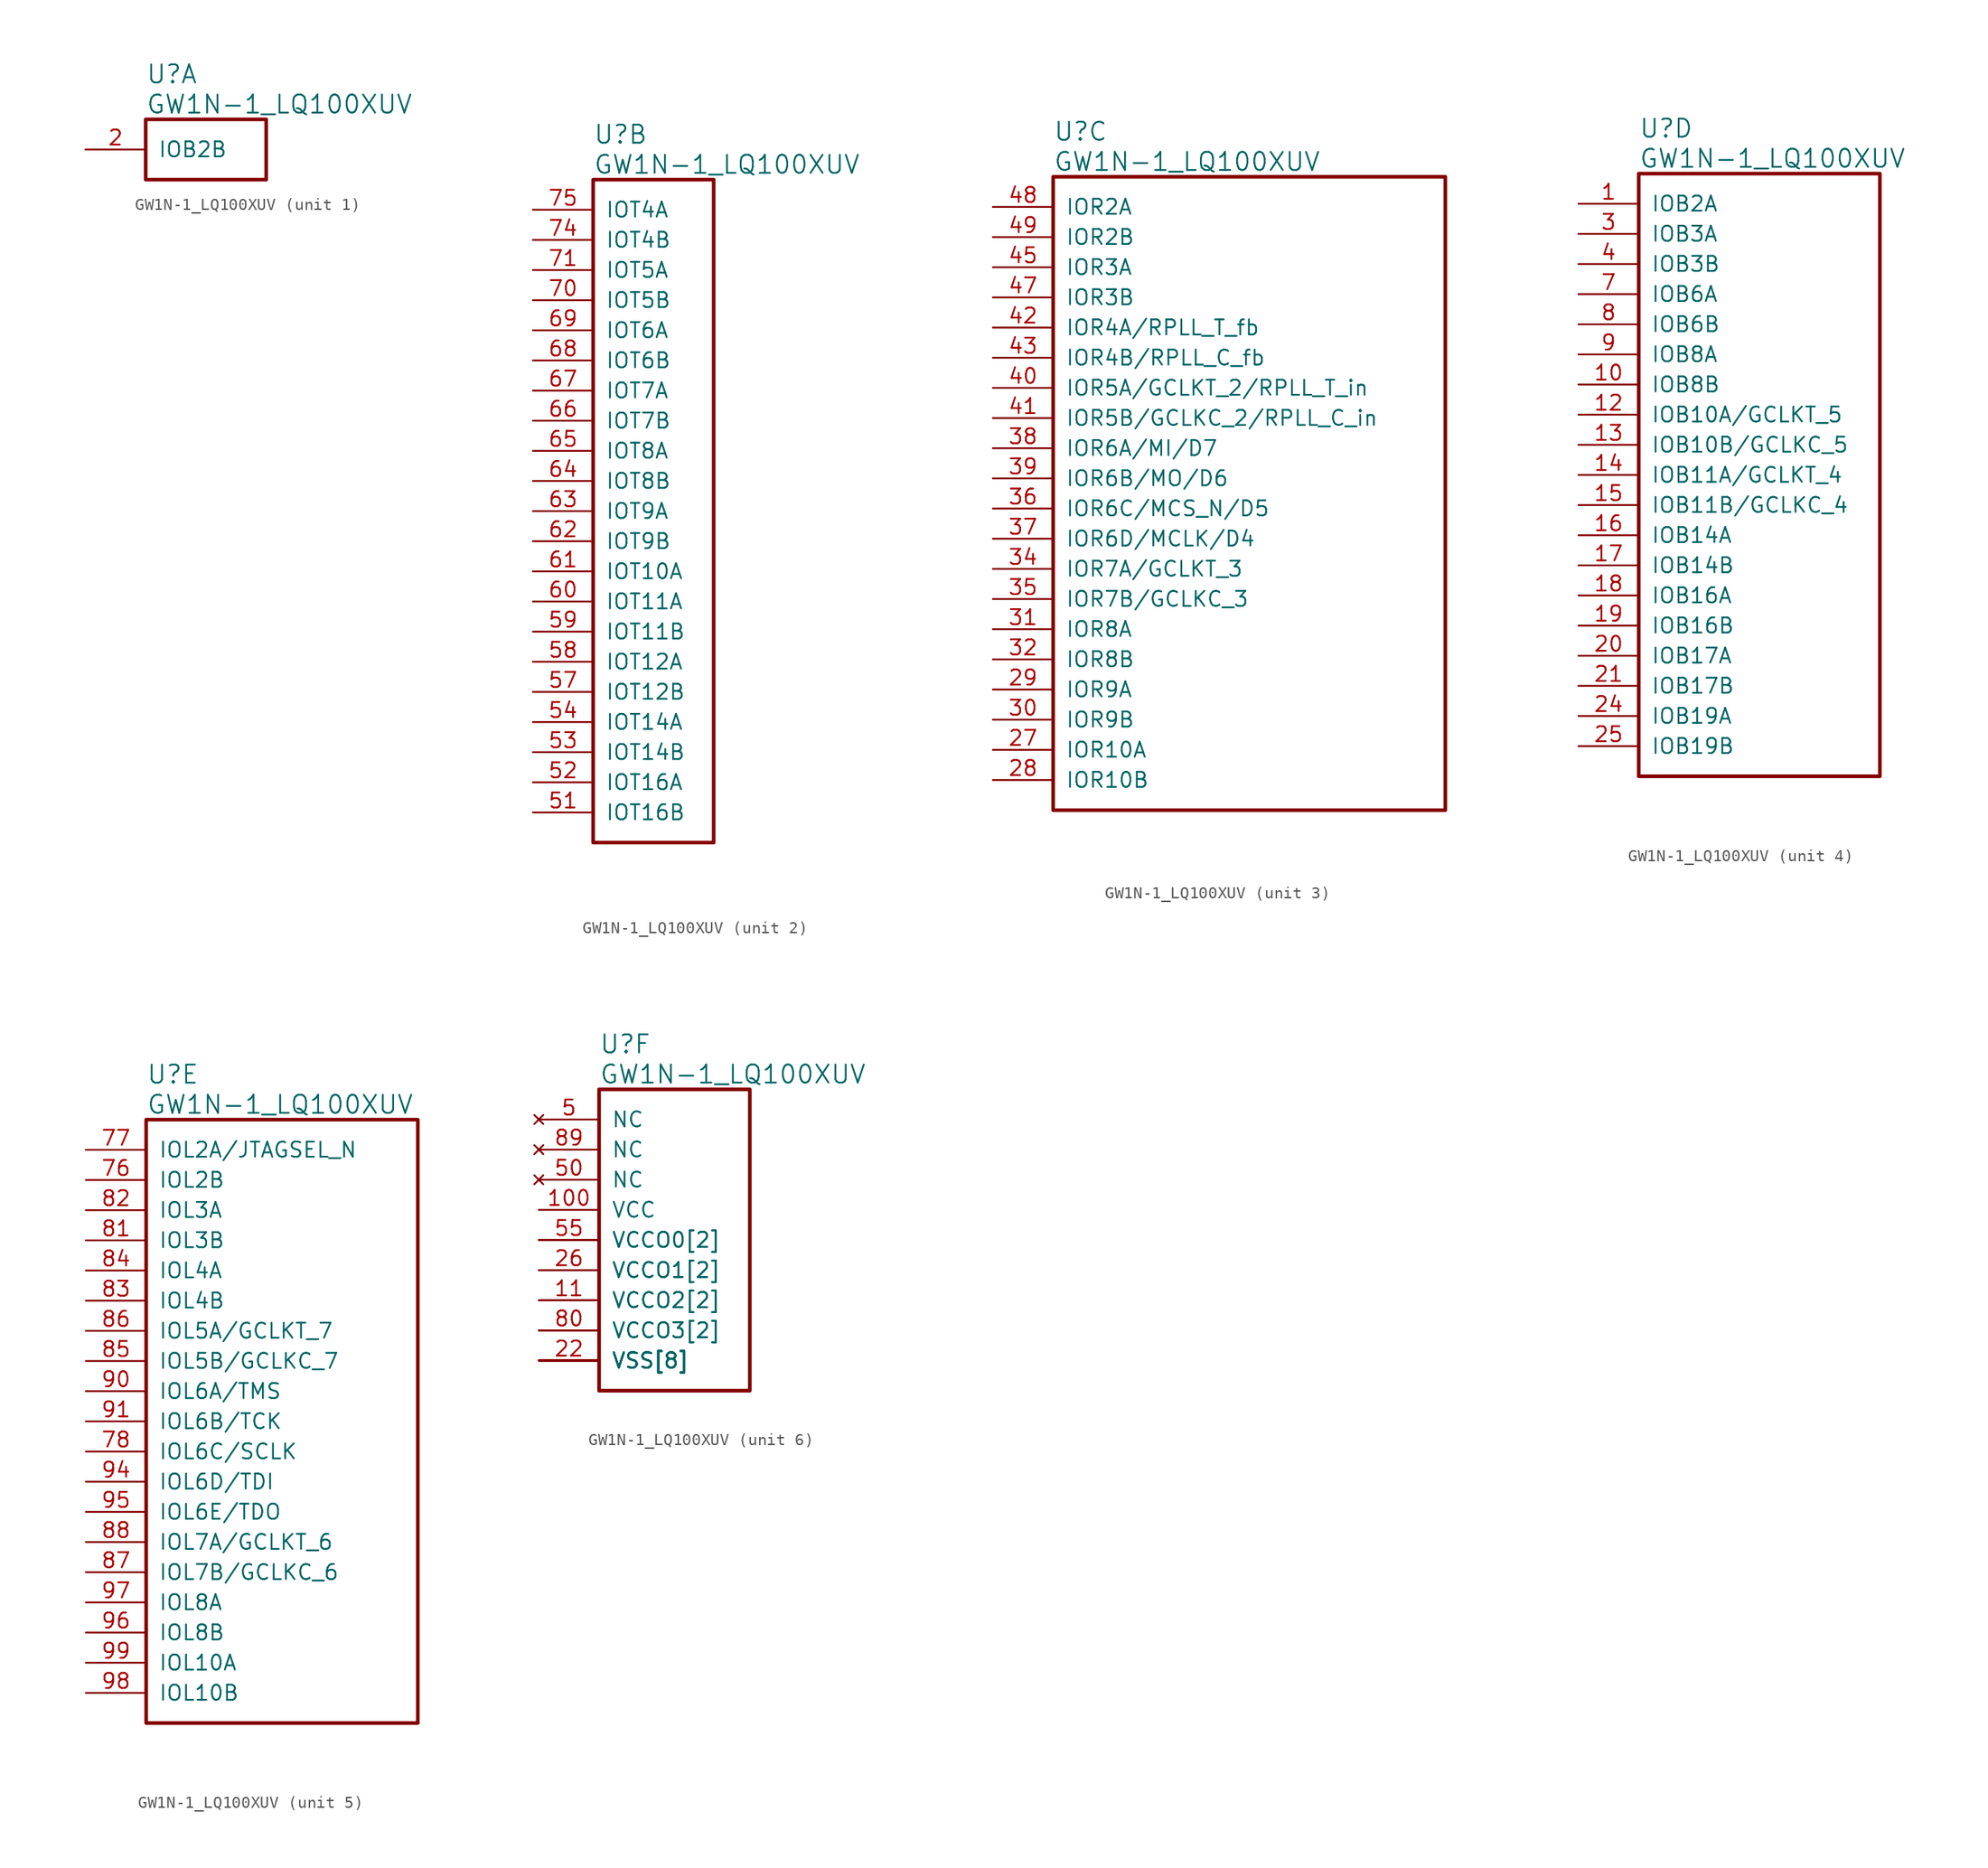
<source format=kicad_sym>
(kicad_symbol_lib
  (version 20211014)
  (generator kicad_symbol_editor)
  (symbol "GW1N-1_LQ100XUV"
    (pin_names
      (offset 1.016))
    (property "Reference" "U"
      (at 5.08 6.35 0)
      (effects (font (size 1.524 1.524)) (justify left)))
    (property "Value" "GW1N-1_LQ100XUV"
      (at 5.08 3.81 0)
      (effects (font (size 1.524 1.524)) (justify left)))
    (property "ki_locked" ""
      (at 0 0 0)
      (effects (font (size 1.27 1.27))))
    (symbol "GW1N-1_LQ100XUV_1_1"
      (rectangle (start 5.08 2.54) (end 15.24 -2.54) (stroke (width 0.305) (type default) (color 0 0 0 0)) (fill (type none)))
      (pin bidirectional line (at 0 0 0) (length 5.08) (name "IOB2B" (effects (font (size 1.27 1.27)))) (number "2" (effects (font (size 1.27 1.27))))))
    (symbol "GW1N-1_LQ100XUV_2_1"
      (rectangle (start 5.08 2.54) (end 15.24 -53.34) (stroke (width 0.305) (type default) (color 0 0 0 0)) (fill (type none)))
      (pin bidirectional line (at 0 -50.8 0) (length 5.08) (name "IOT16B" (effects (font (size 1.27 1.27)))) (number "51" (effects (font (size 1.27 1.27)))))
      (pin bidirectional line (at 0 -48.26 0) (length 5.08) (name "IOT16A" (effects (font (size 1.27 1.27)))) (number "52" (effects (font (size 1.27 1.27)))))
      (pin bidirectional line (at 0 -45.72 0) (length 5.08) (name "IOT14B" (effects (font (size 1.27 1.27)))) (number "53" (effects (font (size 1.27 1.27)))))
      (pin bidirectional line (at 0 -43.18 0) (length 5.08) (name "IOT14A" (effects (font (size 1.27 1.27)))) (number "54" (effects (font (size 1.27 1.27)))))
      (pin bidirectional line (at 0 -40.64 0) (length 5.08) (name "IOT12B" (effects (font (size 1.27 1.27)))) (number "57" (effects (font (size 1.27 1.27)))))
      (pin bidirectional line (at 0 -38.1 0) (length 5.08) (name "IOT12A" (effects (font (size 1.27 1.27)))) (number "58" (effects (font (size 1.27 1.27)))))
      (pin bidirectional line (at 0 -35.56 0) (length 5.08) (name "IOT11B" (effects (font (size 1.27 1.27)))) (number "59" (effects (font (size 1.27 1.27)))))
      (pin bidirectional line (at 0 -33.02 0) (length 5.08) (name "IOT11A" (effects (font (size 1.27 1.27)))) (number "60" (effects (font (size 1.27 1.27)))))
      (pin bidirectional line (at 0 -30.48 0) (length 5.08) (name "IOT10A" (effects (font (size 1.27 1.27)))) (number "61" (effects (font (size 1.27 1.27)))))
      (pin bidirectional line (at 0 -27.94 0) (length 5.08) (name "IOT9B" (effects (font (size 1.27 1.27)))) (number "62" (effects (font (size 1.27 1.27)))))
      (pin bidirectional line (at 0 -25.4 0) (length 5.08) (name "IOT9A" (effects (font (size 1.27 1.27)))) (number "63" (effects (font (size 1.27 1.27)))))
      (pin bidirectional line (at 0 -22.86 0) (length 5.08) (name "IOT8B" (effects (font (size 1.27 1.27)))) (number "64" (effects (font (size 1.27 1.27)))))
      (pin bidirectional line (at 0 -20.32 0) (length 5.08) (name "IOT8A" (effects (font (size 1.27 1.27)))) (number "65" (effects (font (size 1.27 1.27)))))
      (pin bidirectional line (at 0 -17.78 0) (length 5.08) (name "IOT7B" (effects (font (size 1.27 1.27)))) (number "66" (effects (font (size 1.27 1.27)))))
      (pin bidirectional line (at 0 -15.24 0) (length 5.08) (name "IOT7A" (effects (font (size 1.27 1.27)))) (number "67" (effects (font (size 1.27 1.27)))))
      (pin bidirectional line (at 0 -12.7 0) (length 5.08) (name "IOT6B" (effects (font (size 1.27 1.27)))) (number "68" (effects (font (size 1.27 1.27)))))
      (pin bidirectional line (at 0 -10.16 0) (length 5.08) (name "IOT6A" (effects (font (size 1.27 1.27)))) (number "69" (effects (font (size 1.27 1.27)))))
      (pin bidirectional line (at 0 -7.62 0) (length 5.08) (name "IOT5B" (effects (font (size 1.27 1.27)))) (number "70" (effects (font (size 1.27 1.27)))))
      (pin bidirectional line (at 0 -5.08 0) (length 5.08) (name "IOT5A" (effects (font (size 1.27 1.27)))) (number "71" (effects (font (size 1.27 1.27)))))
      (pin bidirectional line (at 0 -2.54 0) (length 5.08) (name "IOT4B" (effects (font (size 1.27 1.27)))) (number "74" (effects (font (size 1.27 1.27)))))
      (pin bidirectional line (at 0 0 0) (length 5.08) (name "IOT4A" (effects (font (size 1.27 1.27)))) (number "75" (effects (font (size 1.27 1.27))))))
    (symbol "GW1N-1_LQ100XUV_3_1"
      (rectangle (start 5.08 2.54) (end 38.1 -50.8) (stroke (width 0.305) (type default) (color 0 0 0 0)) (fill (type none)))
      (pin bidirectional line (at 0 -45.72 0) (length 5.08) (name "IOR10A" (effects (font (size 1.27 1.27)))) (number "27" (effects (font (size 1.27 1.27)))))
      (pin bidirectional line (at 0 -48.26 0) (length 5.08) (name "IOR10B" (effects (font (size 1.27 1.27)))) (number "28" (effects (font (size 1.27 1.27)))))
      (pin bidirectional line (at 0 -40.64 0) (length 5.08) (name "IOR9A" (effects (font (size 1.27 1.27)))) (number "29" (effects (font (size 1.27 1.27)))))
      (pin bidirectional line (at 0 -43.18 0) (length 5.08) (name "IOR9B" (effects (font (size 1.27 1.27)))) (number "30" (effects (font (size 1.27 1.27)))))
      (pin bidirectional line (at 0 -35.56 0) (length 5.08) (name "IOR8A" (effects (font (size 1.27 1.27)))) (number "31" (effects (font (size 1.27 1.27)))))
      (pin bidirectional line (at 0 -38.1 0) (length 5.08) (name "IOR8B" (effects (font (size 1.27 1.27)))) (number "32" (effects (font (size 1.27 1.27)))))
      (pin bidirectional line (at 0 -30.48 0) (length 5.08) (name "IOR7A/GCLKT_3" (effects (font (size 1.27 1.27)))) (number "34" (effects (font (size 1.27 1.27)))))
      (pin bidirectional line (at 0 -33.02 0) (length 5.08) (name "IOR7B/GCLKC_3" (effects (font (size 1.27 1.27)))) (number "35" (effects (font (size 1.27 1.27)))))
      (pin bidirectional line (at 0 -25.4 0) (length 5.08) (name "IOR6C/MCS_N/D5" (effects (font (size 1.27 1.27)))) (number "36" (effects (font (size 1.27 1.27)))))
      (pin bidirectional line (at 0 -27.94 0) (length 5.08) (name "IOR6D/MCLK/D4" (effects (font (size 1.27 1.27)))) (number "37" (effects (font (size 1.27 1.27)))))
      (pin bidirectional line (at 0 -20.32 0) (length 5.08) (name "IOR6A/MI/D7" (effects (font (size 1.27 1.27)))) (number "38" (effects (font (size 1.27 1.27)))))
      (pin bidirectional line (at 0 -22.86 0) (length 5.08) (name "IOR6B/MO/D6" (effects (font (size 1.27 1.27)))) (number "39" (effects (font (size 1.27 1.27)))))
      (pin bidirectional line (at 0 -15.24 0) (length 5.08) (name "IOR5A/GCLKT_2/RPLL_T_in" (effects (font (size 1.27 1.27)))) (number "40" (effects (font (size 1.27 1.27)))))
      (pin bidirectional line (at 0 -17.78 0) (length 5.08) (name "IOR5B/GCLKC_2/RPLL_C_in" (effects (font (size 1.27 1.27)))) (number "41" (effects (font (size 1.27 1.27)))))
      (pin bidirectional line (at 0 -10.16 0) (length 5.08) (name "IOR4A/RPLL_T_fb" (effects (font (size 1.27 1.27)))) (number "42" (effects (font (size 1.27 1.27)))))
      (pin bidirectional line (at 0 -12.7 0) (length 5.08) (name "IOR4B/RPLL_C_fb" (effects (font (size 1.27 1.27)))) (number "43" (effects (font (size 1.27 1.27)))))
      (pin bidirectional line (at 0 -5.08 0) (length 5.08) (name "IOR3A" (effects (font (size 1.27 1.27)))) (number "45" (effects (font (size 1.27 1.27)))))
      (pin bidirectional line (at 0 -7.62 0) (length 5.08) (name "IOR3B" (effects (font (size 1.27 1.27)))) (number "47" (effects (font (size 1.27 1.27)))))
      (pin bidirectional line (at 0 0 0) (length 5.08) (name "IOR2A" (effects (font (size 1.27 1.27)))) (number "48" (effects (font (size 1.27 1.27)))))
      (pin bidirectional line (at 0 -2.54 0) (length 5.08) (name "IOR2B" (effects (font (size 1.27 1.27)))) (number "49" (effects (font (size 1.27 1.27))))))
    (symbol "GW1N-1_LQ100XUV_4_1"
      (rectangle (start 5.08 2.54) (end 25.4 -48.26) (stroke (width 0.305) (type default) (color 0 0 0 0)) (fill (type none)))
      (pin bidirectional line (at 0 0 0) (length 5.08) (name "IOB2A" (effects (font (size 1.27 1.27)))) (number "1" (effects (font (size 1.27 1.27)))))
      (pin bidirectional line (at 0 -15.24 0) (length 5.08) (name "IOB8B" (effects (font (size 1.27 1.27)))) (number "10" (effects (font (size 1.27 1.27)))))
      (pin bidirectional line (at 0 -17.78 0) (length 5.08) (name "IOB10A/GCLKT_5" (effects (font (size 1.27 1.27)))) (number "12" (effects (font (size 1.27 1.27)))))
      (pin bidirectional line (at 0 -20.32 0) (length 5.08) (name "IOB10B/GCLKC_5" (effects (font (size 1.27 1.27)))) (number "13" (effects (font (size 1.27 1.27)))))
      (pin bidirectional line (at 0 -22.86 0) (length 5.08) (name "IOB11A/GCLKT_4" (effects (font (size 1.27 1.27)))) (number "14" (effects (font (size 1.27 1.27)))))
      (pin bidirectional line (at 0 -25.4 0) (length 5.08) (name "IOB11B/GCLKC_4" (effects (font (size 1.27 1.27)))) (number "15" (effects (font (size 1.27 1.27)))))
      (pin bidirectional line (at 0 -27.94 0) (length 5.08) (name "IOB14A" (effects (font (size 1.27 1.27)))) (number "16" (effects (font (size 1.27 1.27)))))
      (pin bidirectional line (at 0 -30.48 0) (length 5.08) (name "IOB14B" (effects (font (size 1.27 1.27)))) (number "17" (effects (font (size 1.27 1.27)))))
      (pin bidirectional line (at 0 -33.02 0) (length 5.08) (name "IOB16A" (effects (font (size 1.27 1.27)))) (number "18" (effects (font (size 1.27 1.27)))))
      (pin bidirectional line (at 0 -35.56 0) (length 5.08) (name "IOB16B" (effects (font (size 1.27 1.27)))) (number "19" (effects (font (size 1.27 1.27)))))
      (pin bidirectional line (at 0 -38.1 0) (length 5.08) (name "IOB17A" (effects (font (size 1.27 1.27)))) (number "20" (effects (font (size 1.27 1.27)))))
      (pin bidirectional line (at 0 -40.64 0) (length 5.08) (name "IOB17B" (effects (font (size 1.27 1.27)))) (number "21" (effects (font (size 1.27 1.27)))))
      (pin bidirectional line (at 0 -43.18 0) (length 5.08) (name "IOB19A" (effects (font (size 1.27 1.27)))) (number "24" (effects (font (size 1.27 1.27)))))
      (pin bidirectional line (at 0 -45.72 0) (length 5.08) (name "IOB19B" (effects (font (size 1.27 1.27)))) (number "25" (effects (font (size 1.27 1.27)))))
      (pin bidirectional line (at 0 -2.54 0) (length 5.08) (name "IOB3A" (effects (font (size 1.27 1.27)))) (number "3" (effects (font (size 1.27 1.27)))))
      (pin bidirectional line (at 0 -5.08 0) (length 5.08) (name "IOB3B" (effects (font (size 1.27 1.27)))) (number "4" (effects (font (size 1.27 1.27)))))
      (pin bidirectional line (at 0 -7.62 0) (length 5.08) (name "IOB6A" (effects (font (size 1.27 1.27)))) (number "7" (effects (font (size 1.27 1.27)))))
      (pin bidirectional line (at 0 -10.16 0) (length 5.08) (name "IOB6B" (effects (font (size 1.27 1.27)))) (number "8" (effects (font (size 1.27 1.27)))))
      (pin bidirectional line (at 0 -12.7 0) (length 5.08) (name "IOB8A" (effects (font (size 1.27 1.27)))) (number "9" (effects (font (size 1.27 1.27))))))
    (symbol "GW1N-1_LQ100XUV_5_1"
      (rectangle (start 5.08 2.54) (end 27.94 -48.26) (stroke (width 0.305) (type default) (color 0 0 0 0)) (fill (type none)))
      (pin bidirectional line (at 0 -2.54 0) (length 5.08) (name "IOL2B" (effects (font (size 1.27 1.27)))) (number "76" (effects (font (size 1.27 1.27)))))
      (pin bidirectional line (at 0 0 0) (length 5.08) (name "IOL2A/JTAGSEL_N" (effects (font (size 1.27 1.27)))) (number "77" (effects (font (size 1.27 1.27)))))
      (pin bidirectional line (at 0 -25.4 0) (length 5.08) (name "IOL6C/SCLK" (effects (font (size 1.27 1.27)))) (number "78" (effects (font (size 1.27 1.27)))))
      (pin bidirectional line (at 0 -7.62 0) (length 5.08) (name "IOL3B" (effects (font (size 1.27 1.27)))) (number "81" (effects (font (size 1.27 1.27)))))
      (pin bidirectional line (at 0 -5.08 0) (length 5.08) (name "IOL3A" (effects (font (size 1.27 1.27)))) (number "82" (effects (font (size 1.27 1.27)))))
      (pin bidirectional line (at 0 -12.7 0) (length 5.08) (name "IOL4B" (effects (font (size 1.27 1.27)))) (number "83" (effects (font (size 1.27 1.27)))))
      (pin bidirectional line (at 0 -10.16 0) (length 5.08) (name "IOL4A" (effects (font (size 1.27 1.27)))) (number "84" (effects (font (size 1.27 1.27)))))
      (pin bidirectional line (at 0 -17.78 0) (length 5.08) (name "IOL5B/GCLKC_7" (effects (font (size 1.27 1.27)))) (number "85" (effects (font (size 1.27 1.27)))))
      (pin bidirectional line (at 0 -15.24 0) (length 5.08) (name "IOL5A/GCLKT_7" (effects (font (size 1.27 1.27)))) (number "86" (effects (font (size 1.27 1.27)))))
      (pin bidirectional line (at 0 -35.56 0) (length 5.08) (name "IOL7B/GCLKC_6" (effects (font (size 1.27 1.27)))) (number "87" (effects (font (size 1.27 1.27)))))
      (pin bidirectional line (at 0 -33.02 0) (length 5.08) (name "IOL7A/GCLKT_6" (effects (font (size 1.27 1.27)))) (number "88" (effects (font (size 1.27 1.27)))))
      (pin bidirectional line (at 0 -20.32 0) (length 5.08) (name "IOL6A/TMS" (effects (font (size 1.27 1.27)))) (number "90" (effects (font (size 1.27 1.27)))))
      (pin bidirectional line (at 0 -22.86 0) (length 5.08) (name "IOL6B/TCK" (effects (font (size 1.27 1.27)))) (number "91" (effects (font (size 1.27 1.27)))))
      (pin bidirectional line (at 0 -27.94 0) (length 5.08) (name "IOL6D/TDI" (effects (font (size 1.27 1.27)))) (number "94" (effects (font (size 1.27 1.27)))))
      (pin bidirectional line (at 0 -30.48 0) (length 5.08) (name "IOL6E/TDO" (effects (font (size 1.27 1.27)))) (number "95" (effects (font (size 1.27 1.27)))))
      (pin bidirectional line (at 0 -40.64 0) (length 5.08) (name "IOL8B" (effects (font (size 1.27 1.27)))) (number "96" (effects (font (size 1.27 1.27)))))
      (pin bidirectional line (at 0 -38.1 0) (length 5.08) (name "IOL8A" (effects (font (size 1.27 1.27)))) (number "97" (effects (font (size 1.27 1.27)))))
      (pin bidirectional line (at 0 -45.72 0) (length 5.08) (name "IOL10B" (effects (font (size 1.27 1.27)))) (number "98" (effects (font (size 1.27 1.27)))))
      (pin bidirectional line (at 0 -43.18 0) (length 5.08) (name "IOL10A" (effects (font (size 1.27 1.27)))) (number "99" (effects (font (size 1.27 1.27))))))
    (symbol "GW1N-1_LQ100XUV_6_1"
      (rectangle (start 5.08 2.54) (end 17.78 -22.86) (stroke (width 0.305) (type default) (color 0 0 0 0)) (fill (type none)))
      (pin power_in line (at 0 -7.62 0) (length 5.08) (name "VCC" (effects (font (size 1.27 1.27)))) (number "100" (effects (font (size 1.27 1.27)))))
      (pin power_in line (at 0 -15.24 0) (length 5.08) (name "VCCO2[2]" (effects (font (size 1.27 1.27)))) (number "11" (effects (font (size 1.27 1.27)))))
      (pin power_in line (at 0 -20.32 0) (length 5.08) (name "VSS[8]" (effects (font (size 1.27 1.27)))) (number "22" (effects (font (size 1.27 1.27)))))
      (pin power_in line (at 0 -15.24 0) (length 5.08) (name "VCCO2[2]" (effects (font (size 1.27 1.27)))) (number "23" (effects (font (size 0 0)))))
      (pin power_in line (at 0 -12.7 0) (length 5.08) (name "VCCO1[2]" (effects (font (size 1.27 1.27)))) (number "26" (effects (font (size 1.27 1.27)))))
      (pin power_in line (at 0 -20.32 0) (length 5.08) (name "VSS[8]" (effects (font (size 1.27 1.27)))) (number "33" (effects (font (size 0 0)))))
      (pin power_in line (at 0 -20.32 0) (length 5.08) (name "VSS[8]" (effects (font (size 1.27 1.27)))) (number "44" (effects (font (size 0 0)))))
      (pin power_in line (at 0 -12.7 0) (length 5.08) (name "VCCO1[2]" (effects (font (size 1.27 1.27)))) (number "46" (effects (font (size 0 0)))))
      (pin no_connect line (at 0 0 0) (length 5.08) (name "NC" (effects (font (size 1.27 1.27)))) (number "5" (effects (font (size 1.27 1.27)))))
      (pin no_connect line (at 0 -5.08 0) (length 5.08) (name "NC" (effects (font (size 1.27 1.27)))) (number "50" (effects (font (size 1.27 1.27)))))
      (pin power_in line (at 0 -10.16 0) (length 5.08) (name "VCCO0[2]" (effects (font (size 1.27 1.27)))) (number "55" (effects (font (size 1.27 1.27)))))
      (pin power_in line (at 0 -20.32 0) (length 5.08) (name "VSS[8]" (effects (font (size 1.27 1.27)))) (number "56" (effects (font (size 0 0)))))
      (pin power_in line (at 0 -20.32 0) (length 5.08) (name "VSS[8]" (effects (font (size 1.27 1.27)))) (number "6" (effects (font (size 0 0)))))
      (pin power_in line (at 0 -20.32 0) (length 5.08) (name "VSS[8]" (effects (font (size 1.27 1.27)))) (number "72" (effects (font (size 0 0)))))
      (pin power_in line (at 0 -10.16 0) (length 5.08) (name "VCCO0[2]" (effects (font (size 1.27 1.27)))) (number "73" (effects (font (size 0 0)))))
      (pin power_in line (at 0 -20.32 0) (length 5.08) (name "VSS[8]" (effects (font (size 1.27 1.27)))) (number "79" (effects (font (size 0 0)))))
      (pin power_in line (at 0 -17.78 0) (length 5.08) (name "VCCO3[2]" (effects (font (size 1.27 1.27)))) (number "80" (effects (font (size 1.27 1.27)))))
      (pin no_connect line (at 0 -2.54 0) (length 5.08) (name "NC" (effects (font (size 1.27 1.27)))) (number "89" (effects (font (size 1.27 1.27)))))
      (pin power_in line (at 0 -20.32 0) (length 5.08) (name "VSS[8]" (effects (font (size 1.27 1.27)))) (number "92" (effects (font (size 0 0)))))
      (pin power_in line (at 0 -17.78 0) (length 5.08) (name "VCCO3[2]" (effects (font (size 1.27 1.27)))) (number "93" (effects (font (size 0 0))))))))
</source>
